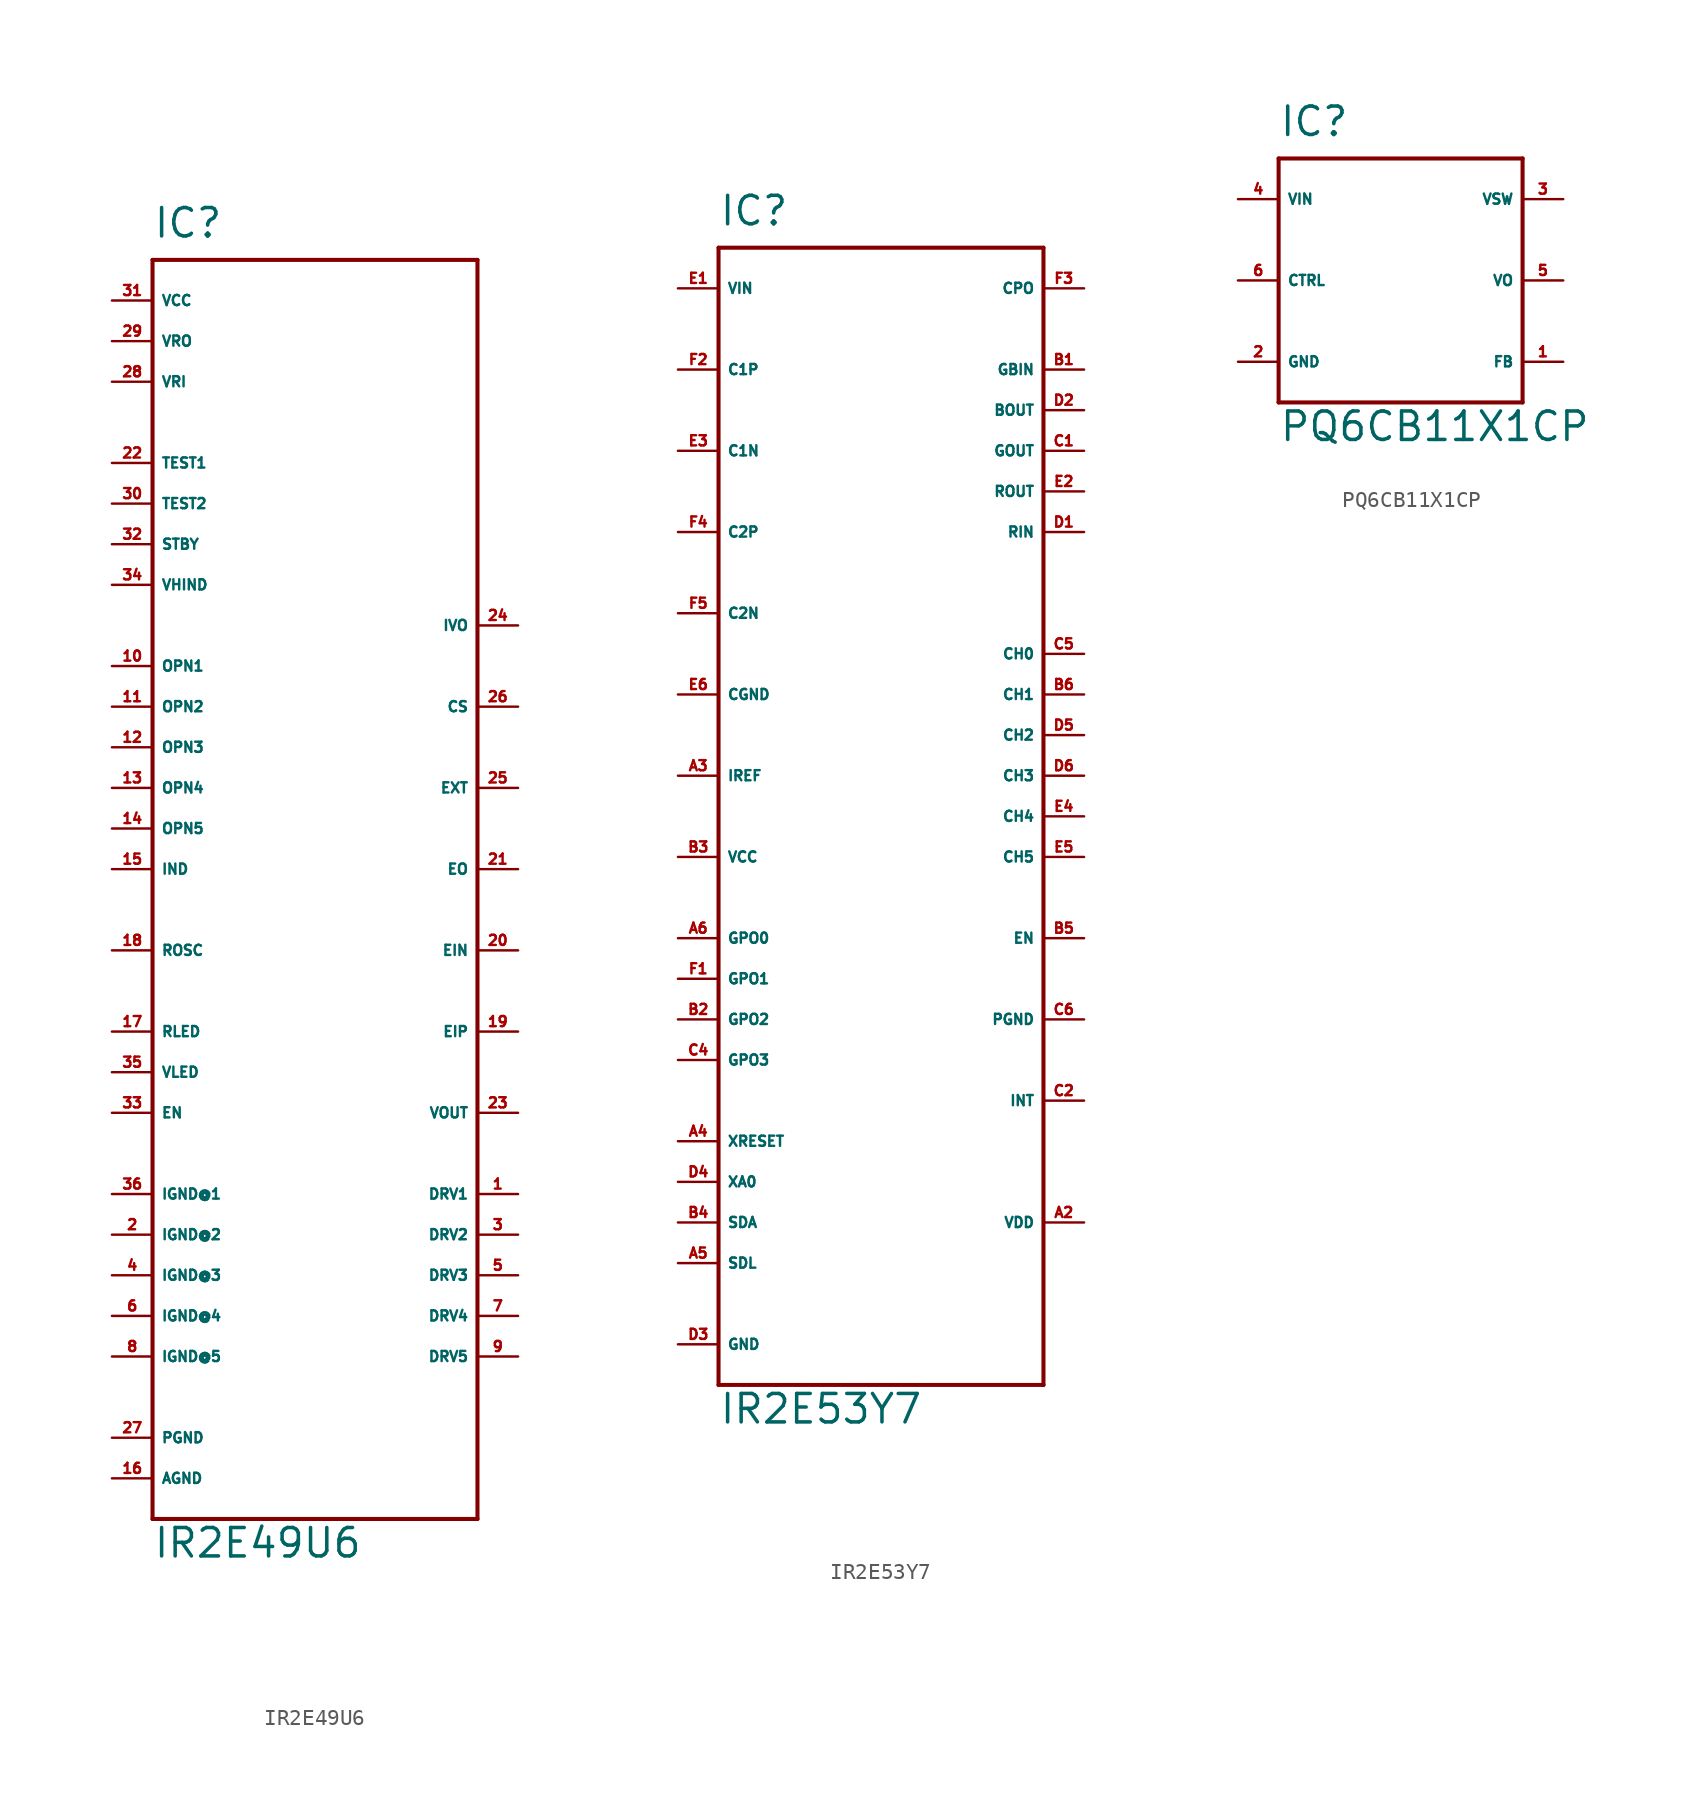
<source format=kicad_sym>
(kicad_symbol_lib
  (version 20220914)
  (generator Eagle2Kicad)
  (symbol "IR2E49U6"
    (property "Reference" "IC"
      (at -10.16 41.91 0)
      (effects (font (size 1.778 1.778) (thickness 0.22)) (justify left bottom)))
    (property "Value" "IR2E49U6"
      (at -10.16 -40.64 0)
      (effects (font (size 1.778 1.778) (thickness 0.22)) (justify left bottom)))
    (polyline
      (pts (xy -10.16 40.64) (xy 10.16 40.64))
      (stroke (width 0.254) (type default))
      (fill (type none)))
    (polyline
      (pts (xy 10.16 40.64) (xy 10.16 -38.1))
      (stroke (width 0.254) (type default))
      (fill (type none)))
    (polyline
      (pts (xy 10.16 -38.1) (xy -10.16 -38.1))
      (stroke (width 0.254) (type default))
      (fill (type none)))
    (polyline
      (pts (xy -10.16 -38.1) (xy -10.16 40.64))
      (stroke (width 0.254) (type default))
      (fill (type none)))
    (pin unspecified line
      (at -12.7 38.1 0)
      (length 2.54)
      (name "VCC" (effects (font (size 0.635 0.635) (thickness 0.08)) (justify left bottom)))
      (number "31" (effects (font (size 0.635 0.635) (thickness 0.08)) (justify left bottom))))
    (pin passive line
      (at -12.7 35.56 0)
      (length 2.54)
      (name "VRO" (effects (font (size 0.635 0.635) (thickness 0.08)) (justify left bottom)))
      (number "29" (effects (font (size 0.635 0.635) (thickness 0.08)) (justify left bottom))))
    (pin input line
      (at -12.7 33.02 0)
      (length 2.54)
      (name "VRI" (effects (font (size 0.635 0.635) (thickness 0.08)) (justify left bottom)))
      (number "28" (effects (font (size 0.635 0.635) (thickness 0.08)) (justify left bottom))))
    (pin unspecified line
      (at -12.7 -35.56 0)
      (length 2.54)
      (name "AGND" (effects (font (size 0.635 0.635) (thickness 0.08)) (justify left bottom)))
      (number "16" (effects (font (size 0.635 0.635) (thickness 0.08)) (justify left bottom))))
    (pin unspecified line
      (at -12.7 -33.02 0)
      (length 2.54)
      (name "PGND" (effects (font (size 0.635 0.635) (thickness 0.08)) (justify left bottom)))
      (number "27" (effects (font (size 0.635 0.635) (thickness 0.08)) (justify left bottom))))
    (pin input line
      (at -12.7 27.94 0)
      (length 2.54)
      (name "TEST1" (effects (font (size 0.635 0.635) (thickness 0.08)) (justify left bottom)))
      (number "22" (effects (font (size 0.635 0.635) (thickness 0.08)) (justify left bottom))))
    (pin input line
      (at -12.7 25.4 0)
      (length 2.54)
      (name "TEST2" (effects (font (size 0.635 0.635) (thickness 0.08)) (justify left bottom)))
      (number "30" (effects (font (size 0.635 0.635) (thickness 0.08)) (justify left bottom))))
    (pin input line
      (at -12.7 22.86 0)
      (length 2.54)
      (name "STBY" (effects (font (size 0.635 0.635) (thickness 0.08)) (justify left bottom)))
      (number "32" (effects (font (size 0.635 0.635) (thickness 0.08)) (justify left bottom))))
    (pin input line
      (at -12.7 20.32 0)
      (length 2.54)
      (name "VHIND" (effects (font (size 0.635 0.635) (thickness 0.08)) (justify left bottom)))
      (number "34" (effects (font (size 0.635 0.635) (thickness 0.08)) (justify left bottom))))
    (pin input line
      (at -12.7 15.24 0)
      (length 2.54)
      (name "OPN1" (effects (font (size 0.635 0.635) (thickness 0.08)) (justify left bottom)))
      (number "10" (effects (font (size 0.635 0.635) (thickness 0.08)) (justify left bottom))))
    (pin input line
      (at -12.7 12.7 0)
      (length 2.54)
      (name "OPN2" (effects (font (size 0.635 0.635) (thickness 0.08)) (justify left bottom)))
      (number "11" (effects (font (size 0.635 0.635) (thickness 0.08)) (justify left bottom))))
    (pin input line
      (at -12.7 10.16 0)
      (length 2.54)
      (name "OPN3" (effects (font (size 0.635 0.635) (thickness 0.08)) (justify left bottom)))
      (number "12" (effects (font (size 0.635 0.635) (thickness 0.08)) (justify left bottom))))
    (pin input line
      (at -12.7 7.62 0)
      (length 2.54)
      (name "OPN4" (effects (font (size 0.635 0.635) (thickness 0.08)) (justify left bottom)))
      (number "13" (effects (font (size 0.635 0.635) (thickness 0.08)) (justify left bottom))))
    (pin input line
      (at -12.7 5.08 0)
      (length 2.54)
      (name "OPN5" (effects (font (size 0.635 0.635) (thickness 0.08)) (justify left bottom)))
      (number "14" (effects (font (size 0.635 0.635) (thickness 0.08)) (justify left bottom))))
    (pin input line
      (at -12.7 2.54 0)
      (length 2.54)
      (name "IND" (effects (font (size 0.635 0.635) (thickness 0.08)) (justify left bottom)))
      (number "15" (effects (font (size 0.635 0.635) (thickness 0.08)) (justify left bottom))))
    (pin passive line
      (at -12.7 -2.54 0)
      (length 2.54)
      (name "ROSC" (effects (font (size 0.635 0.635) (thickness 0.08)) (justify left bottom)))
      (number "18" (effects (font (size 0.635 0.635) (thickness 0.08)) (justify left bottom))))
    (pin input line
      (at -12.7 -7.62 0)
      (length 2.54)
      (name "RLED" (effects (font (size 0.635 0.635) (thickness 0.08)) (justify left bottom)))
      (number "17" (effects (font (size 0.635 0.635) (thickness 0.08)) (justify left bottom))))
    (pin input line
      (at -12.7 -10.16 0)
      (length 2.54)
      (name "VLED" (effects (font (size 0.635 0.635) (thickness 0.08)) (justify left bottom)))
      (number "35" (effects (font (size 0.635 0.635) (thickness 0.08)) (justify left bottom))))
    (pin input line
      (at -12.7 -12.7 0)
      (length 2.54)
      (name "EN" (effects (font (size 0.635 0.635) (thickness 0.08)) (justify left bottom)))
      (number "33" (effects (font (size 0.635 0.635) (thickness 0.08)) (justify left bottom))))
    (pin unspecified line
      (at -12.7 -17.78 0)
      (length 2.54)
      (name "IGND@1" (effects (font (size 0.635 0.635) (thickness 0.08)) (justify left bottom)))
      (number "36" (effects (font (size 0.635 0.635) (thickness 0.08)) (justify left bottom))))
    (pin unspecified line
      (at -12.7 -20.32 0)
      (length 2.54)
      (name "IGND@2" (effects (font (size 0.635 0.635) (thickness 0.08)) (justify left bottom)))
      (number "2" (effects (font (size 0.635 0.635) (thickness 0.08)) (justify left bottom))))
    (pin unspecified line
      (at -12.7 -22.86 0)
      (length 2.54)
      (name "IGND@3" (effects (font (size 0.635 0.635) (thickness 0.08)) (justify left bottom)))
      (number "4" (effects (font (size 0.635 0.635) (thickness 0.08)) (justify left bottom))))
    (pin unspecified line
      (at -12.7 -25.4 0)
      (length 2.54)
      (name "IGND@4" (effects (font (size 0.635 0.635) (thickness 0.08)) (justify left bottom)))
      (number "6" (effects (font (size 0.635 0.635) (thickness 0.08)) (justify left bottom))))
    (pin unspecified line
      (at -12.7 -27.94 0)
      (length 2.54)
      (name "IGND@5" (effects (font (size 0.635 0.635) (thickness 0.08)) (justify left bottom)))
      (number "8" (effects (font (size 0.635 0.635) (thickness 0.08)) (justify left bottom))))
    (pin output line
      (at 12.7 -17.78 180)
      (length 2.54)
      (name "DRV1" (effects (font (size 0.635 0.635) (thickness 0.08)) (justify left bottom)))
      (number "1" (effects (font (size 0.635 0.635) (thickness 0.08)) (justify left bottom))))
    (pin output line
      (at 12.7 -20.32 180)
      (length 2.54)
      (name "DRV2" (effects (font (size 0.635 0.635) (thickness 0.08)) (justify left bottom)))
      (number "3" (effects (font (size 0.635 0.635) (thickness 0.08)) (justify left bottom))))
    (pin output line
      (at 12.7 -22.86 180)
      (length 2.54)
      (name "DRV3" (effects (font (size 0.635 0.635) (thickness 0.08)) (justify left bottom)))
      (number "5" (effects (font (size 0.635 0.635) (thickness 0.08)) (justify left bottom))))
    (pin output line
      (at 12.7 -25.4 180)
      (length 2.54)
      (name "DRV4" (effects (font (size 0.635 0.635) (thickness 0.08)) (justify left bottom)))
      (number "7" (effects (font (size 0.635 0.635) (thickness 0.08)) (justify left bottom))))
    (pin output line
      (at 12.7 -27.94 180)
      (length 2.54)
      (name "DRV5" (effects (font (size 0.635 0.635) (thickness 0.08)) (justify left bottom)))
      (number "9" (effects (font (size 0.635 0.635) (thickness 0.08)) (justify left bottom))))
    (pin input line
      (at 12.7 -12.7 180)
      (length 2.54)
      (name "VOUT" (effects (font (size 0.635 0.635) (thickness 0.08)) (justify left bottom)))
      (number "23" (effects (font (size 0.635 0.635) (thickness 0.08)) (justify left bottom))))
    (pin passive line
      (at 12.7 -7.62 180)
      (length 2.54)
      (name "EIP" (effects (font (size 0.635 0.635) (thickness 0.08)) (justify left bottom)))
      (number "19" (effects (font (size 0.635 0.635) (thickness 0.08)) (justify left bottom))))
    (pin passive line
      (at 12.7 -2.54 180)
      (length 2.54)
      (name "EIN" (effects (font (size 0.635 0.635) (thickness 0.08)) (justify left bottom)))
      (number "20" (effects (font (size 0.635 0.635) (thickness 0.08)) (justify left bottom))))
    (pin output line
      (at 12.7 2.54 180)
      (length 2.54)
      (name "EO" (effects (font (size 0.635 0.635) (thickness 0.08)) (justify left bottom)))
      (number "21" (effects (font (size 0.635 0.635) (thickness 0.08)) (justify left bottom))))
    (pin output line
      (at 12.7 7.62 180)
      (length 2.54)
      (name "EXT" (effects (font (size 0.635 0.635) (thickness 0.08)) (justify left bottom)))
      (number "25" (effects (font (size 0.635 0.635) (thickness 0.08)) (justify left bottom))))
    (pin input line
      (at 12.7 12.7 180)
      (length 2.54)
      (name "CS" (effects (font (size 0.635 0.635) (thickness 0.08)) (justify left bottom)))
      (number "26" (effects (font (size 0.635 0.635) (thickness 0.08)) (justify left bottom))))
    (pin passive line
      (at 12.7 17.78 180)
      (length 2.54)
      (name "IVO" (effects (font (size 0.635 0.635) (thickness 0.08)) (justify left bottom)))
      (number "24" (effects (font (size 0.635 0.635) (thickness 0.08)) (justify left bottom)))))
  (symbol "IR2E53Y7"
    (property "Reference" "IC"
      (at -10.16 34.29 0)
      (effects (font (size 1.778 1.778) (thickness 0.22)) (justify left bottom)))
    (property "Value" "IR2E53Y7"
      (at -10.16 -40.64 0)
      (effects (font (size 1.778 1.778) (thickness 0.22)) (justify left bottom)))
    (polyline
      (pts (xy -10.16 33.02) (xy 10.16 33.02))
      (stroke (width 0.254) (type default))
      (fill (type none)))
    (polyline
      (pts (xy 10.16 33.02) (xy 10.16 -38.1))
      (stroke (width 0.254) (type default))
      (fill (type none)))
    (polyline
      (pts (xy 10.16 -38.1) (xy -10.16 -38.1))
      (stroke (width 0.254) (type default))
      (fill (type none)))
    (polyline
      (pts (xy -10.16 -38.1) (xy -10.16 33.02))
      (stroke (width 0.254) (type default))
      (fill (type none)))
    (pin input line
      (at -12.7 30.48 0)
      (length 2.54)
      (name "VIN" (effects (font (size 0.635 0.635) (thickness 0.08)) (justify left bottom)))
      (number "E1" (effects (font (size 0.635 0.635) (thickness 0.08)) (justify left bottom))))
    (pin passive line
      (at -12.7 25.4 0)
      (length 2.54)
      (name "C1P" (effects (font (size 0.635 0.635) (thickness 0.08)) (justify left bottom)))
      (number "F2" (effects (font (size 0.635 0.635) (thickness 0.08)) (justify left bottom))))
    (pin passive line
      (at -12.7 20.32 0)
      (length 2.54)
      (name "C1N" (effects (font (size 0.635 0.635) (thickness 0.08)) (justify left bottom)))
      (number "E3" (effects (font (size 0.635 0.635) (thickness 0.08)) (justify left bottom))))
    (pin passive line
      (at -12.7 15.24 0)
      (length 2.54)
      (name "C2P" (effects (font (size 0.635 0.635) (thickness 0.08)) (justify left bottom)))
      (number "F4" (effects (font (size 0.635 0.635) (thickness 0.08)) (justify left bottom))))
    (pin passive line
      (at -12.7 10.16 0)
      (length 2.54)
      (name "C2N" (effects (font (size 0.635 0.635) (thickness 0.08)) (justify left bottom)))
      (number "F5" (effects (font (size 0.635 0.635) (thickness 0.08)) (justify left bottom))))
    (pin unspecified line
      (at -12.7 5.08 0)
      (length 2.54)
      (name "CGND" (effects (font (size 0.635 0.635) (thickness 0.08)) (justify left bottom)))
      (number "E6" (effects (font (size 0.635 0.635) (thickness 0.08)) (justify left bottom))))
    (pin input line
      (at -12.7 0 0)
      (length 2.54)
      (name "IREF" (effects (font (size 0.635 0.635) (thickness 0.08)) (justify left bottom)))
      (number "A3" (effects (font (size 0.635 0.635) (thickness 0.08)) (justify left bottom))))
    (pin unspecified line
      (at -12.7 -35.56 0)
      (length 2.54)
      (name "GND" (effects (font (size 0.635 0.635) (thickness 0.08)) (justify left bottom)))
      (number "D3" (effects (font (size 0.635 0.635) (thickness 0.08)) (justify left bottom))))
    (pin unspecified line
      (at -12.7 -5.08 0)
      (length 2.54)
      (name "VCC" (effects (font (size 0.635 0.635) (thickness 0.08)) (justify left bottom)))
      (number "B3" (effects (font (size 0.635 0.635) (thickness 0.08)) (justify left bottom))))
    (pin input line
      (at -12.7 -10.16 0)
      (length 2.54)
      (name "GPO0" (effects (font (size 0.635 0.635) (thickness 0.08)) (justify left bottom)))
      (number "A6" (effects (font (size 0.635 0.635) (thickness 0.08)) (justify left bottom))))
    (pin input line
      (at -12.7 -12.7 0)
      (length 2.54)
      (name "GPO1" (effects (font (size 0.635 0.635) (thickness 0.08)) (justify left bottom)))
      (number "F1" (effects (font (size 0.635 0.635) (thickness 0.08)) (justify left bottom))))
    (pin input line
      (at -12.7 -15.24 0)
      (length 2.54)
      (name "GPO2" (effects (font (size 0.635 0.635) (thickness 0.08)) (justify left bottom)))
      (number "B2" (effects (font (size 0.635 0.635) (thickness 0.08)) (justify left bottom))))
    (pin input line
      (at -12.7 -17.78 0)
      (length 2.54)
      (name "GPO3" (effects (font (size 0.635 0.635) (thickness 0.08)) (justify left bottom)))
      (number "C4" (effects (font (size 0.635 0.635) (thickness 0.08)) (justify left bottom))))
    (pin input line
      (at -12.7 -22.86 0)
      (length 2.54)
      (name "XRESET" (effects (font (size 0.635 0.635) (thickness 0.08)) (justify left bottom)))
      (number "A4" (effects (font (size 0.635 0.635) (thickness 0.08)) (justify left bottom))))
    (pin input line
      (at -12.7 -27.94 0)
      (length 2.54)
      (name "SDA" (effects (font (size 0.635 0.635) (thickness 0.08)) (justify left bottom)))
      (number "B4" (effects (font (size 0.635 0.635) (thickness 0.08)) (justify left bottom))))
    (pin input line
      (at -12.7 -30.48 0)
      (length 2.54)
      (name "SDL" (effects (font (size 0.635 0.635) (thickness 0.08)) (justify left bottom)))
      (number "A5" (effects (font (size 0.635 0.635) (thickness 0.08)) (justify left bottom))))
    (pin unspecified line
      (at 12.7 -27.94 180)
      (length 2.54)
      (name "VDD" (effects (font (size 0.635 0.635) (thickness 0.08)) (justify left bottom)))
      (number "A2" (effects (font (size 0.635 0.635) (thickness 0.08)) (justify left bottom))))
    (pin passive line
      (at 12.7 -20.32 180)
      (length 2.54)
      (name "INT" (effects (font (size 0.635 0.635) (thickness 0.08)) (justify left bottom)))
      (number "C2" (effects (font (size 0.635 0.635) (thickness 0.08)) (justify left bottom))))
    (pin passive line
      (at 12.7 -15.24 180)
      (length 2.54)
      (name "PGND" (effects (font (size 0.635 0.635) (thickness 0.08)) (justify left bottom)))
      (number "C6" (effects (font (size 0.635 0.635) (thickness 0.08)) (justify left bottom))))
    (pin input line
      (at 12.7 -10.16 180)
      (length 2.54)
      (name "EN" (effects (font (size 0.635 0.635) (thickness 0.08)) (justify left bottom)))
      (number "B5" (effects (font (size 0.635 0.635) (thickness 0.08)) (justify left bottom))))
    (pin output line
      (at 12.7 7.62 180)
      (length 2.54)
      (name "CH0" (effects (font (size 0.635 0.635) (thickness 0.08)) (justify left bottom)))
      (number "C5" (effects (font (size 0.635 0.635) (thickness 0.08)) (justify left bottom))))
    (pin output line
      (at 12.7 5.08 180)
      (length 2.54)
      (name "CH1" (effects (font (size 0.635 0.635) (thickness 0.08)) (justify left bottom)))
      (number "B6" (effects (font (size 0.635 0.635) (thickness 0.08)) (justify left bottom))))
    (pin output line
      (at 12.7 2.54 180)
      (length 2.54)
      (name "CH2" (effects (font (size 0.635 0.635) (thickness 0.08)) (justify left bottom)))
      (number "D5" (effects (font (size 0.635 0.635) (thickness 0.08)) (justify left bottom))))
    (pin output line
      (at 12.7 0 180)
      (length 2.54)
      (name "CH3" (effects (font (size 0.635 0.635) (thickness 0.08)) (justify left bottom)))
      (number "D6" (effects (font (size 0.635 0.635) (thickness 0.08)) (justify left bottom))))
    (pin output line
      (at 12.7 -2.54 180)
      (length 2.54)
      (name "CH4" (effects (font (size 0.635 0.635) (thickness 0.08)) (justify left bottom)))
      (number "E4" (effects (font (size 0.635 0.635) (thickness 0.08)) (justify left bottom))))
    (pin output line
      (at 12.7 -5.08 180)
      (length 2.54)
      (name "CH5" (effects (font (size 0.635 0.635) (thickness 0.08)) (justify left bottom)))
      (number "E5" (effects (font (size 0.635 0.635) (thickness 0.08)) (justify left bottom))))
    (pin output line
      (at 12.7 15.24 180)
      (length 2.54)
      (name "RIN" (effects (font (size 0.635 0.635) (thickness 0.08)) (justify left bottom)))
      (number "D1" (effects (font (size 0.635 0.635) (thickness 0.08)) (justify left bottom))))
    (pin output line
      (at 12.7 17.78 180)
      (length 2.54)
      (name "ROUT" (effects (font (size 0.635 0.635) (thickness 0.08)) (justify left bottom)))
      (number "E2" (effects (font (size 0.635 0.635) (thickness 0.08)) (justify left bottom))))
    (pin output line
      (at 12.7 20.32 180)
      (length 2.54)
      (name "GOUT" (effects (font (size 0.635 0.635) (thickness 0.08)) (justify left bottom)))
      (number "C1" (effects (font (size 0.635 0.635) (thickness 0.08)) (justify left bottom))))
    (pin output line
      (at 12.7 22.86 180)
      (length 2.54)
      (name "BOUT" (effects (font (size 0.635 0.635) (thickness 0.08)) (justify left bottom)))
      (number "D2" (effects (font (size 0.635 0.635) (thickness 0.08)) (justify left bottom))))
    (pin input line
      (at 12.7 25.4 180)
      (length 2.54)
      (name "GBIN" (effects (font (size 0.635 0.635) (thickness 0.08)) (justify left bottom)))
      (number "B1" (effects (font (size 0.635 0.635) (thickness 0.08)) (justify left bottom))))
    (pin passive line
      (at 12.7 30.48 180)
      (length 2.54)
      (name "CPO" (effects (font (size 0.635 0.635) (thickness 0.08)) (justify left bottom)))
      (number "F3" (effects (font (size 0.635 0.635) (thickness 0.08)) (justify left bottom))))
    (pin input line
      (at -12.7 -25.4 0)
      (length 2.54)
      (name "XA0" (effects (font (size 0.635 0.635) (thickness 0.08)) (justify left bottom)))
      (number "D4" (effects (font (size 0.635 0.635) (thickness 0.08)) (justify left bottom)))))
  (symbol "PQ6CB11X1CP"
    (property "Reference" "IC"
      (at -7.62 8.89 0)
      (effects (font (size 1.778 1.778) (thickness 0.22)) (justify left bottom)))
    (property "Value" "PQ6CB11X1CP"
      (at -7.62 -10.16 0)
      (effects (font (size 1.778 1.778) (thickness 0.22)) (justify left bottom)))
    (polyline
      (pts (xy -7.62 7.62) (xy 7.62 7.62))
      (stroke (width 0.254) (type default))
      (fill (type none)))
    (polyline
      (pts (xy 7.62 7.62) (xy 7.62 -7.62))
      (stroke (width 0.254) (type default))
      (fill (type none)))
    (polyline
      (pts (xy 7.62 -7.62) (xy -7.62 -7.62))
      (stroke (width 0.254) (type default))
      (fill (type none)))
    (polyline
      (pts (xy -7.62 -7.62) (xy -7.62 7.62))
      (stroke (width 0.254) (type default))
      (fill (type none)))
    (pin input line
      (at -10.16 5.08 0)
      (length 2.54)
      (name "VIN" (effects (font (size 0.635 0.635) (thickness 0.08)) (justify left bottom)))
      (number "4" (effects (font (size 0.635 0.635) (thickness 0.08)) (justify left bottom))))
    (pin input line
      (at 10.16 5.08 180)
      (length 2.54)
      (name "VSW" (effects (font (size 0.635 0.635) (thickness 0.08)) (justify left bottom)))
      (number "3" (effects (font (size 0.635 0.635) (thickness 0.08)) (justify left bottom))))
    (pin input line
      (at -10.16 0 0)
      (length 2.54)
      (name "CTRL" (effects (font (size 0.635 0.635) (thickness 0.08)) (justify left bottom)))
      (number "6" (effects (font (size 0.635 0.635) (thickness 0.08)) (justify left bottom))))
    (pin input line
      (at 10.16 -5.08 180)
      (length 2.54)
      (name "FB" (effects (font (size 0.635 0.635) (thickness 0.08)) (justify left bottom)))
      (number "1" (effects (font (size 0.635 0.635) (thickness 0.08)) (justify left bottom))))
    (pin output line
      (at 10.16 0 180)
      (length 2.54)
      (name "VO" (effects (font (size 0.635 0.635) (thickness 0.08)) (justify left bottom)))
      (number "5" (effects (font (size 0.635 0.635) (thickness 0.08)) (justify left bottom))))
    (pin unspecified line
      (at -10.16 -5.08 0)
      (length 2.54)
      (name "GND" (effects (font (size 0.635 0.635) (thickness 0.08)) (justify left bottom)))
      (number "2" (effects (font (size 0.635 0.635) (thickness 0.08)) (justify left bottom))))))
</source>
